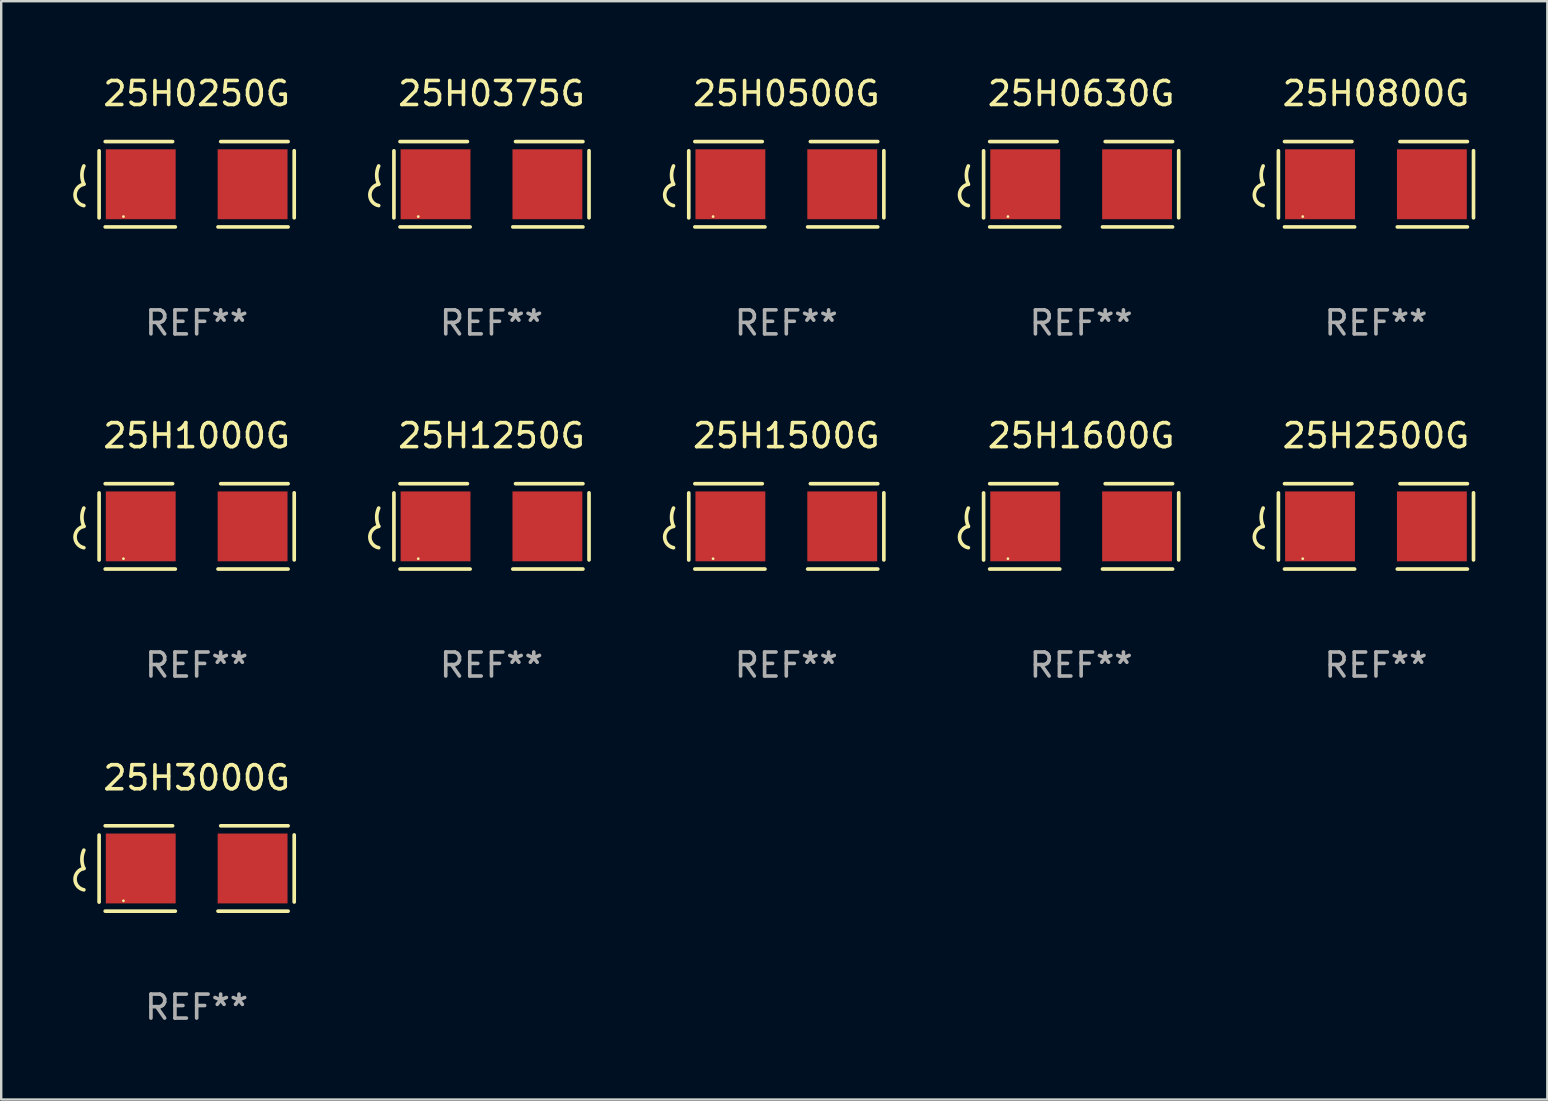
<source format=kicad_pcb>
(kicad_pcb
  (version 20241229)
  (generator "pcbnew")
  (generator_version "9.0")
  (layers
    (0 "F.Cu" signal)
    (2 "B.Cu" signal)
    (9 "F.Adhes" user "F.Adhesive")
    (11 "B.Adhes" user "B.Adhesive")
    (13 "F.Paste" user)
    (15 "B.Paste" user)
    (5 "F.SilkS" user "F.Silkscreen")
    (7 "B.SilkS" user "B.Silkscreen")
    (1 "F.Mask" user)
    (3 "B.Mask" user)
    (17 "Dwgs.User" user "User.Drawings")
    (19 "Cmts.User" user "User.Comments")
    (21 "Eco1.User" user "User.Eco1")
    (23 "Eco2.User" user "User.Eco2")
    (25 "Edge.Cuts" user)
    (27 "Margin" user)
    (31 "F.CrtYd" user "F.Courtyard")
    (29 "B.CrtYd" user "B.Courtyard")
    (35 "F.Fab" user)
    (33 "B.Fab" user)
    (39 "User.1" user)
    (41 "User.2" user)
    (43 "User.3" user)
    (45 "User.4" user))
  (footprint "25H1500G"
    (layer "F.Cu")
    (at 29.708 18.879)
    (property "Reference" "25H1500G" (at 0 -3.778 0) (layer "F.SilkS") (effects (font (size 1 1) (thickness 0.15))))
    (attr through_hole)
    (fp_line (start -4.064 -1.393) (end -4.064 1.401) (stroke (width 0.152) (type solid)) (layer "F.SilkS"))
    (fp_line (start -3.81 -1.778) (end -1.002 -1.778) (stroke (width 0.152) (type solid)) (layer "F.SilkS"))
    (fp_line (start -0.889 1.778) (end -3.81 1.778) (stroke (width 0.152) (type solid)) (layer "F.SilkS"))
    (fp_line (start 0.889 1.778) (end 3.81 1.778) (stroke (width 0.152) (type solid)) (layer "F.SilkS"))
    (fp_line (start 3.81 -1.778) (end 1.002 -1.778) (stroke (width 0.152) (type solid)) (layer "F.SilkS"))
    (fp_line (start 4.064 -1.397) (end 4.064 1.397) (stroke (width 0.152) (type solid)) (layer "F.SilkS"))
    (fp_arc (start -4.699009 0) (mid -4.780645 -0.381001) (end -4.699009 -0.762002) (stroke (width 0.151994) (type solid)) (layer "F.SilkS"))
    (fp_arc (start -4.699009 0.889002) (mid -5.066697 0.444501) (end -4.699009 0) (stroke (width 0.151994) (type solid)) (layer "F.SilkS"))
    (fp_circle (center -3.05 1.347) (end -3.02 1.347) (stroke (width 0.06) (type solid)) (fill no) (layer "F.SilkS"))
    (fp_text user "REF**" (at 0 5.778 0) (layer "F.Fab") (effects (font (size 1 1) (thickness 0.15))))
    (pad "1" smd rect (at -2.33 0) (size 2.91 2.911) (layers "F.Cu" "F.Mask" "F.Paste"))
    (pad "2" smd rect (at 2.33 0) (size 2.91 2.911) (layers "F.Cu" "F.Mask" "F.Paste")))
  (footprint "25H1250G"
    (layer "F.Cu")
    (at 17.425 18.879)
    (property "Reference" "25H1250G" (at 0 -3.778 0) (layer "F.SilkS") (effects (font (size 1 1) (thickness 0.15))))
    (attr through_hole)
    (fp_line (start -4.064 -1.393) (end -4.064 1.401) (stroke (width 0.152) (type solid)) (layer "F.SilkS"))
    (fp_line (start -3.81 -1.778) (end -1.002 -1.778) (stroke (width 0.152) (type solid)) (layer "F.SilkS"))
    (fp_line (start -0.889 1.778) (end -3.81 1.778) (stroke (width 0.152) (type solid)) (layer "F.SilkS"))
    (fp_line (start 0.889 1.778) (end 3.81 1.778) (stroke (width 0.152) (type solid)) (layer "F.SilkS"))
    (fp_line (start 3.81 -1.778) (end 1.002 -1.778) (stroke (width 0.152) (type solid)) (layer "F.SilkS"))
    (fp_line (start 4.064 -1.397) (end 4.064 1.397) (stroke (width 0.152) (type solid)) (layer "F.SilkS"))
    (fp_arc (start -4.699009 0) (mid -4.780645 -0.381001) (end -4.699009 -0.762002) (stroke (width 0.151994) (type solid)) (layer "F.SilkS"))
    (fp_arc (start -4.699009 0.889002) (mid -5.066697 0.444501) (end -4.699009 0) (stroke (width 0.151994) (type solid)) (layer "F.SilkS"))
    (fp_circle (center -3.05 1.347) (end -3.02 1.347) (stroke (width 0.06) (type solid)) (fill no) (layer "F.SilkS"))
    (fp_text user "REF**" (at 0 5.778 0) (layer "F.Fab") (effects (font (size 1 1) (thickness 0.15))))
    (pad "1" smd rect (at -2.33 0) (size 2.91 2.911) (layers "F.Cu" "F.Mask" "F.Paste"))
    (pad "2" smd rect (at 2.33 0) (size 2.91 2.911) (layers "F.Cu" "F.Mask" "F.Paste")))
  (footprint "25H1600G"
    (layer "F.Cu")
    (at 41.991 18.879)
    (property "Reference" "25H1600G" (at 0 -3.778 0) (layer "F.SilkS") (effects (font (size 1 1) (thickness 0.15))))
    (attr through_hole)
    (fp_line (start -4.064 -1.393) (end -4.064 1.401) (stroke (width 0.152) (type solid)) (layer "F.SilkS"))
    (fp_line (start -3.81 -1.778) (end -1.002 -1.778) (stroke (width 0.152) (type solid)) (layer "F.SilkS"))
    (fp_line (start -0.889 1.778) (end -3.81 1.778) (stroke (width 0.152) (type solid)) (layer "F.SilkS"))
    (fp_line (start 0.889 1.778) (end 3.81 1.778) (stroke (width 0.152) (type solid)) (layer "F.SilkS"))
    (fp_line (start 3.81 -1.778) (end 1.002 -1.778) (stroke (width 0.152) (type solid)) (layer "F.SilkS"))
    (fp_line (start 4.064 -1.397) (end 4.064 1.397) (stroke (width 0.152) (type solid)) (layer "F.SilkS"))
    (fp_arc (start -4.699009 0) (mid -4.780645 -0.381001) (end -4.699009 -0.762002) (stroke (width 0.151994) (type solid)) (layer "F.SilkS"))
    (fp_arc (start -4.699009 0.889002) (mid -5.066697 0.444501) (end -4.699009 0) (stroke (width 0.151994) (type solid)) (layer "F.SilkS"))
    (fp_circle (center -3.05 1.347) (end -3.02 1.347) (stroke (width 0.06) (type solid)) (fill no) (layer "F.SilkS"))
    (fp_text user "REF**" (at 0 5.778 0) (layer "F.Fab") (effects (font (size 1 1) (thickness 0.15))))
    (pad "1" smd rect (at -2.33 0) (size 2.91 2.911) (layers "F.Cu" "F.Mask" "F.Paste"))
    (pad "2" smd rect (at 2.33 0) (size 2.91 2.911) (layers "F.Cu" "F.Mask" "F.Paste")))
  (footprint "25H0800G"
    (layer "F.Cu")
    (at 54.273 4.626)
    (property "Reference" "25H0800G" (at 0 -3.778 0) (layer "F.SilkS") (effects (font (size 1 1) (thickness 0.15))))
    (attr through_hole)
    (fp_line (start -4.064 -1.393) (end -4.064 1.401) (stroke (width 0.152) (type solid)) (layer "F.SilkS"))
    (fp_line (start -3.81 -1.778) (end -1.002 -1.778) (stroke (width 0.152) (type solid)) (layer "F.SilkS"))
    (fp_line (start -0.889 1.778) (end -3.81 1.778) (stroke (width 0.152) (type solid)) (layer "F.SilkS"))
    (fp_line (start 0.889 1.778) (end 3.81 1.778) (stroke (width 0.152) (type solid)) (layer "F.SilkS"))
    (fp_line (start 3.81 -1.778) (end 1.002 -1.778) (stroke (width 0.152) (type solid)) (layer "F.SilkS"))
    (fp_line (start 4.064 -1.397) (end 4.064 1.397) (stroke (width 0.152) (type solid)) (layer "F.SilkS"))
    (fp_arc (start -4.699009 0) (mid -4.780645 -0.381001) (end -4.699009 -0.762002) (stroke (width 0.151994) (type solid)) (layer "F.SilkS"))
    (fp_arc (start -4.699009 0.889002) (mid -5.066697 0.444501) (end -4.699009 0) (stroke (width 0.151994) (type solid)) (layer "F.SilkS"))
    (fp_circle (center -3.05 1.347) (end -3.02 1.347) (stroke (width 0.06) (type solid)) (fill no) (layer "F.SilkS"))
    (fp_text user "REF**" (at 0 5.778 0) (layer "F.Fab") (effects (font (size 1 1) (thickness 0.15))))
    (pad "1" smd rect (at -2.33 0) (size 2.91 2.911) (layers "F.Cu" "F.Mask" "F.Paste"))
    (pad "2" smd rect (at 2.33 0) (size 2.91 2.911) (layers "F.Cu" "F.Mask" "F.Paste")))
  (footprint "25H0250G"
    (layer "F.Cu")
    (at 5.143 4.626)
    (property "Reference" "25H0250G" (at 0 -3.778 0) (layer "F.SilkS") (effects (font (size 1 1) (thickness 0.15))))
    (attr through_hole)
    (fp_line (start -4.064 -1.393) (end -4.064 1.401) (stroke (width 0.152) (type solid)) (layer "F.SilkS"))
    (fp_line (start -3.81 -1.778) (end -1.002 -1.778) (stroke (width 0.152) (type solid)) (layer "F.SilkS"))
    (fp_line (start -0.889 1.778) (end -3.81 1.778) (stroke (width 0.152) (type solid)) (layer "F.SilkS"))
    (fp_line (start 0.889 1.778) (end 3.81 1.778) (stroke (width 0.152) (type solid)) (layer "F.SilkS"))
    (fp_line (start 3.81 -1.778) (end 1.002 -1.778) (stroke (width 0.152) (type solid)) (layer "F.SilkS"))
    (fp_line (start 4.064 -1.397) (end 4.064 1.397) (stroke (width 0.152) (type solid)) (layer "F.SilkS"))
    (fp_arc (start -4.699009 0) (mid -4.780645 -0.381001) (end -4.699009 -0.762002) (stroke (width 0.151994) (type solid)) (layer "F.SilkS"))
    (fp_arc (start -4.699009 0.889002) (mid -5.066697 0.444501) (end -4.699009 0) (stroke (width 0.151994) (type solid)) (layer "F.SilkS"))
    (fp_circle (center -3.05 1.347) (end -3.02 1.347) (stroke (width 0.06) (type solid)) (fill no) (layer "F.SilkS"))
    (fp_text user "REF**" (at 0 5.778 0) (layer "F.Fab") (effects (font (size 1 1) (thickness 0.15))))
    (pad "1" smd rect (at -2.33 0) (size 2.91 2.911) (layers "F.Cu" "F.Mask" "F.Paste"))
    (pad "2" smd rect (at 2.33 0) (size 2.91 2.911) (layers "F.Cu" "F.Mask" "F.Paste")))
  (footprint "25H1000G"
    (layer "F.Cu")
    (at 5.143 18.879)
    (property "Reference" "25H1000G" (at 0 -3.778 0) (layer "F.SilkS") (effects (font (size 1 1) (thickness 0.15))))
    (attr through_hole)
    (fp_line (start -4.064 -1.393) (end -4.064 1.401) (stroke (width 0.152) (type solid)) (layer "F.SilkS"))
    (fp_line (start -3.81 -1.778) (end -1.002 -1.778) (stroke (width 0.152) (type solid)) (layer "F.SilkS"))
    (fp_line (start -0.889 1.778) (end -3.81 1.778) (stroke (width 0.152) (type solid)) (layer "F.SilkS"))
    (fp_line (start 0.889 1.778) (end 3.81 1.778) (stroke (width 0.152) (type solid)) (layer "F.SilkS"))
    (fp_line (start 3.81 -1.778) (end 1.002 -1.778) (stroke (width 0.152) (type solid)) (layer "F.SilkS"))
    (fp_line (start 4.064 -1.397) (end 4.064 1.397) (stroke (width 0.152) (type solid)) (layer "F.SilkS"))
    (fp_arc (start -4.699009 0) (mid -4.780645 -0.381001) (end -4.699009 -0.762002) (stroke (width 0.151994) (type solid)) (layer "F.SilkS"))
    (fp_arc (start -4.699009 0.889002) (mid -5.066697 0.444501) (end -4.699009 0) (stroke (width 0.151994) (type solid)) (layer "F.SilkS"))
    (fp_circle (center -3.05 1.347) (end -3.02 1.347) (stroke (width 0.06) (type solid)) (fill no) (layer "F.SilkS"))
    (fp_text user "REF**" (at 0 5.778 0) (layer "F.Fab") (effects (font (size 1 1) (thickness 0.15))))
    (pad "1" smd rect (at -2.33 0) (size 2.91 2.911) (layers "F.Cu" "F.Mask" "F.Paste"))
    (pad "2" smd rect (at 2.33 0) (size 2.91 2.911) (layers "F.Cu" "F.Mask" "F.Paste")))
  (footprint "25H2500G"
    (layer "F.Cu")
    (at 54.273 18.879)
    (property "Reference" "25H2500G" (at 0 -3.778 0) (layer "F.SilkS") (effects (font (size 1 1) (thickness 0.15))))
    (attr through_hole)
    (fp_line (start -4.064 -1.393) (end -4.064 1.401) (stroke (width 0.152) (type solid)) (layer "F.SilkS"))
    (fp_line (start -3.81 -1.778) (end -1.002 -1.778) (stroke (width 0.152) (type solid)) (layer "F.SilkS"))
    (fp_line (start -0.889 1.778) (end -3.81 1.778) (stroke (width 0.152) (type solid)) (layer "F.SilkS"))
    (fp_line (start 0.889 1.778) (end 3.81 1.778) (stroke (width 0.152) (type solid)) (layer "F.SilkS"))
    (fp_line (start 3.81 -1.778) (end 1.002 -1.778) (stroke (width 0.152) (type solid)) (layer "F.SilkS"))
    (fp_line (start 4.064 -1.397) (end 4.064 1.397) (stroke (width 0.152) (type solid)) (layer "F.SilkS"))
    (fp_arc (start -4.699009 0) (mid -4.780645 -0.381001) (end -4.699009 -0.762002) (stroke (width 0.151994) (type solid)) (layer "F.SilkS"))
    (fp_arc (start -4.699009 0.889002) (mid -5.066697 0.444501) (end -4.699009 0) (stroke (width 0.151994) (type solid)) (layer "F.SilkS"))
    (fp_circle (center -3.05 1.347) (end -3.02 1.347) (stroke (width 0.06) (type solid)) (fill no) (layer "F.SilkS"))
    (fp_text user "REF**" (at 0 5.778 0) (layer "F.Fab") (effects (font (size 1 1) (thickness 0.15))))
    (pad "1" smd rect (at -2.33 0) (size 2.91 2.911) (layers "F.Cu" "F.Mask" "F.Paste"))
    (pad "2" smd rect (at 2.33 0) (size 2.91 2.911) (layers "F.Cu" "F.Mask" "F.Paste")))
  (footprint "25H0500G"
    (layer "F.Cu")
    (at 29.708 4.626)
    (property "Reference" "25H0500G" (at 0 -3.778 0) (layer "F.SilkS") (effects (font (size 1 1) (thickness 0.15))))
    (attr through_hole)
    (fp_line (start -4.064 -1.393) (end -4.064 1.401) (stroke (width 0.152) (type solid)) (layer "F.SilkS"))
    (fp_line (start -3.81 -1.778) (end -1.002 -1.778) (stroke (width 0.152) (type solid)) (layer "F.SilkS"))
    (fp_line (start -0.889 1.778) (end -3.81 1.778) (stroke (width 0.152) (type solid)) (layer "F.SilkS"))
    (fp_line (start 0.889 1.778) (end 3.81 1.778) (stroke (width 0.152) (type solid)) (layer "F.SilkS"))
    (fp_line (start 3.81 -1.778) (end 1.002 -1.778) (stroke (width 0.152) (type solid)) (layer "F.SilkS"))
    (fp_line (start 4.064 -1.397) (end 4.064 1.397) (stroke (width 0.152) (type solid)) (layer "F.SilkS"))
    (fp_arc (start -4.699009 0) (mid -4.780645 -0.381001) (end -4.699009 -0.762002) (stroke (width 0.151994) (type solid)) (layer "F.SilkS"))
    (fp_arc (start -4.699009 0.889002) (mid -5.066697 0.444501) (end -4.699009 0) (stroke (width 0.151994) (type solid)) (layer "F.SilkS"))
    (fp_circle (center -3.05 1.347) (end -3.02 1.347) (stroke (width 0.06) (type solid)) (fill no) (layer "F.SilkS"))
    (fp_text user "REF**" (at 0 5.778 0) (layer "F.Fab") (effects (font (size 1 1) (thickness 0.15))))
    (pad "1" smd rect (at -2.33 0) (size 2.91 2.911) (layers "F.Cu" "F.Mask" "F.Paste"))
    (pad "2" smd rect (at 2.33 0) (size 2.91 2.911) (layers "F.Cu" "F.Mask" "F.Paste")))
  (footprint "25H3000G"
    (layer "F.Cu")
    (at 5.143 33.131)
    (property "Reference" "25H3000G" (at 0 -3.778 0) (layer "F.SilkS") (effects (font (size 1 1) (thickness 0.15))))
    (attr through_hole)
    (fp_line (start -4.064 -1.393) (end -4.064 1.401) (stroke (width 0.152) (type solid)) (layer "F.SilkS"))
    (fp_line (start -3.81 -1.778) (end -1.002 -1.778) (stroke (width 0.152) (type solid)) (layer "F.SilkS"))
    (fp_line (start -0.889 1.778) (end -3.81 1.778) (stroke (width 0.152) (type solid)) (layer "F.SilkS"))
    (fp_line (start 0.889 1.778) (end 3.81 1.778) (stroke (width 0.152) (type solid)) (layer "F.SilkS"))
    (fp_line (start 3.81 -1.778) (end 1.002 -1.778) (stroke (width 0.152) (type solid)) (layer "F.SilkS"))
    (fp_line (start 4.064 -1.397) (end 4.064 1.397) (stroke (width 0.152) (type solid)) (layer "F.SilkS"))
    (fp_arc (start -4.699009 0) (mid -4.780645 -0.381001) (end -4.699009 -0.762002) (stroke (width 0.151994) (type solid)) (layer "F.SilkS"))
    (fp_arc (start -4.699009 0.889002) (mid -5.066697 0.444501) (end -4.699009 0) (stroke (width 0.151994) (type solid)) (layer "F.SilkS"))
    (fp_circle (center -3.05 1.347) (end -3.02 1.347) (stroke (width 0.06) (type solid)) (fill no) (layer "F.SilkS"))
    (fp_text user "REF**" (at 0 5.778 0) (layer "F.Fab") (effects (font (size 1 1) (thickness 0.15))))
    (pad "1" smd rect (at -2.33 0) (size 2.91 2.911) (layers "F.Cu" "F.Mask" "F.Paste"))
    (pad "2" smd rect (at 2.33 0) (size 2.91 2.911) (layers "F.Cu" "F.Mask" "F.Paste")))
  (footprint "25H0375G"
    (layer "F.Cu")
    (at 17.425 4.626)
    (property "Reference" "25H0375G" (at 0 -3.778 0) (layer "F.SilkS") (effects (font (size 1 1) (thickness 0.15))))
    (attr through_hole)
    (fp_line (start -4.064 -1.393) (end -4.064 1.401) (stroke (width 0.152) (type solid)) (layer "F.SilkS"))
    (fp_line (start -3.81 -1.778) (end -1.002 -1.778) (stroke (width 0.152) (type solid)) (layer "F.SilkS"))
    (fp_line (start -0.889 1.778) (end -3.81 1.778) (stroke (width 0.152) (type solid)) (layer "F.SilkS"))
    (fp_line (start 0.889 1.778) (end 3.81 1.778) (stroke (width 0.152) (type solid)) (layer "F.SilkS"))
    (fp_line (start 3.81 -1.778) (end 1.002 -1.778) (stroke (width 0.152) (type solid)) (layer "F.SilkS"))
    (fp_line (start 4.064 -1.397) (end 4.064 1.397) (stroke (width 0.152) (type solid)) (layer "F.SilkS"))
    (fp_arc (start -4.699009 0) (mid -4.780645 -0.381001) (end -4.699009 -0.762002) (stroke (width 0.151994) (type solid)) (layer "F.SilkS"))
    (fp_arc (start -4.699009 0.889002) (mid -5.066697 0.444501) (end -4.699009 0) (stroke (width 0.151994) (type solid)) (layer "F.SilkS"))
    (fp_circle (center -3.05 1.347) (end -3.02 1.347) (stroke (width 0.06) (type solid)) (fill no) (layer "F.SilkS"))
    (fp_text user "REF**" (at 0 5.778 0) (layer "F.Fab") (effects (font (size 1 1) (thickness 0.15))))
    (pad "1" smd rect (at -2.33 0) (size 2.91 2.911) (layers "F.Cu" "F.Mask" "F.Paste"))
    (pad "2" smd rect (at 2.33 0) (size 2.91 2.911) (layers "F.Cu" "F.Mask" "F.Paste")))
  (footprint "25H0630G"
    (layer "F.Cu")
    (at 41.991 4.626)
    (property "Reference" "25H0630G" (at 0 -3.778 0) (layer "F.SilkS") (effects (font (size 1 1) (thickness 0.15))))
    (attr through_hole)
    (fp_line (start -4.064 -1.393) (end -4.064 1.401) (stroke (width 0.152) (type solid)) (layer "F.SilkS"))
    (fp_line (start -3.81 -1.778) (end -1.002 -1.778) (stroke (width 0.152) (type solid)) (layer "F.SilkS"))
    (fp_line (start -0.889 1.778) (end -3.81 1.778) (stroke (width 0.152) (type solid)) (layer "F.SilkS"))
    (fp_line (start 0.889 1.778) (end 3.81 1.778) (stroke (width 0.152) (type solid)) (layer "F.SilkS"))
    (fp_line (start 3.81 -1.778) (end 1.002 -1.778) (stroke (width 0.152) (type solid)) (layer "F.SilkS"))
    (fp_line (start 4.064 -1.397) (end 4.064 1.397) (stroke (width 0.152) (type solid)) (layer "F.SilkS"))
    (fp_arc (start -4.699009 0) (mid -4.780645 -0.381001) (end -4.699009 -0.762002) (stroke (width 0.151994) (type solid)) (layer "F.SilkS"))
    (fp_arc (start -4.699009 0.889002) (mid -5.066697 0.444501) (end -4.699009 0) (stroke (width 0.151994) (type solid)) (layer "F.SilkS"))
    (fp_circle (center -3.05 1.347) (end -3.02 1.347) (stroke (width 0.06) (type solid)) (fill no) (layer "F.SilkS"))
    (fp_text user "REF**" (at 0 5.778 0) (layer "F.Fab") (effects (font (size 1 1) (thickness 0.15))))
    (pad "1" smd rect (at -2.33 0) (size 2.91 2.911) (layers "F.Cu" "F.Mask" "F.Paste"))
    (pad "2" smd rect (at 2.33 0) (size 2.91 2.911) (layers "F.Cu" "F.Mask" "F.Paste")))
  (gr_rect
    (start -3 -3)
    (end 61.413 42.758)
    (stroke (width 0.1) (type default))
    (fill no)
    (layer "Edge.Cuts")))
</source>
